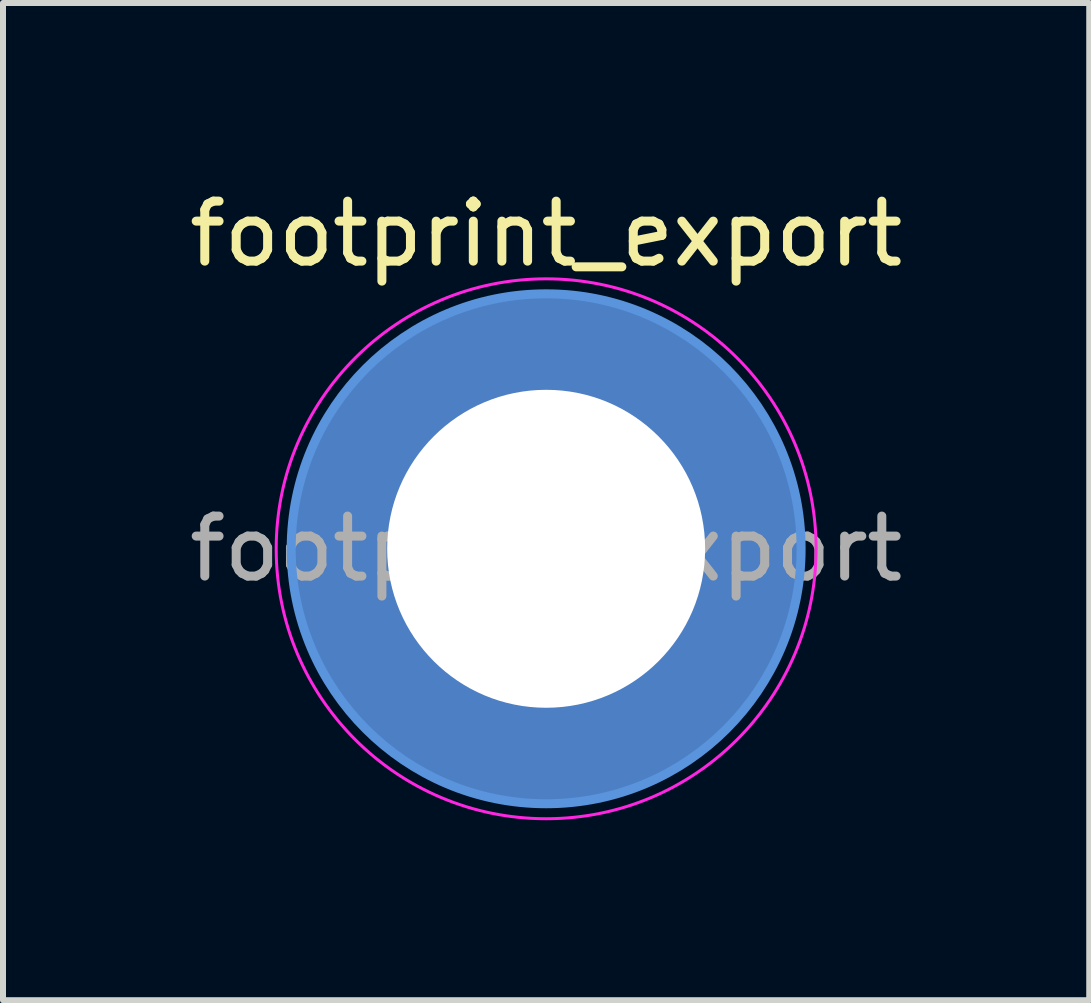
<source format=kicad_pcb>
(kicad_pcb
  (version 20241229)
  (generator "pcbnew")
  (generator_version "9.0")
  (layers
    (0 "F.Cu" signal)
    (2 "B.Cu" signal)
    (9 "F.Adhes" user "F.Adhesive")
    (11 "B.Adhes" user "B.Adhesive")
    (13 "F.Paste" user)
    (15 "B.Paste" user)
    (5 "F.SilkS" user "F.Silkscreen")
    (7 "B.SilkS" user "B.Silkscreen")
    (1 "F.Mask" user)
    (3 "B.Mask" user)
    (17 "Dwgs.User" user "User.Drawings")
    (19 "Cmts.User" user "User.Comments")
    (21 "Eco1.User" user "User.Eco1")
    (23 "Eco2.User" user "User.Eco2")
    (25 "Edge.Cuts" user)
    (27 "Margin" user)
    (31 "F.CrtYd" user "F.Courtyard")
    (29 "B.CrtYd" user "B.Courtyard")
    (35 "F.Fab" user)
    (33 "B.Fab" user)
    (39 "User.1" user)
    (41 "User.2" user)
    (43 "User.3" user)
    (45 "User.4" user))
  (footprint "footprint_export"
    (layer "F.Cu")
    (at 6.054 6.098)
    (property "Reference" "footprint_export" (at 0 -5.25 0) (layer "F.SilkS") (effects (font (size 1 1) (thickness 0.15))))
    (attr exclude_from_pos_files exclude_from_bom)
    (fp_circle (center 0 0) (end 4.25 0) (stroke (width 0.15) (type solid)) (fill no) (layer "Cmts.User"))
    (fp_circle (center 0 0) (end 4.5 0) (stroke (width 0.05) (type solid)) (fill no) (layer "F.CrtYd"))
    (fp_text user "${REFERENCE}" (at 0 0 0) (layer "F.Fab") (effects (font (size 1 1) (thickness 0.15))))
    (pad "1" thru_hole circle (at 0 0) (size 8.5 8.5) (drill 5.3) (layers "*.Cu" "*.Mask")))
  (gr_rect
    (start -3 -3)
    (end 15.107 13.623)
    (stroke (width 0.1) (type default))
    (fill no)
    (layer "Edge.Cuts")))
</source>
